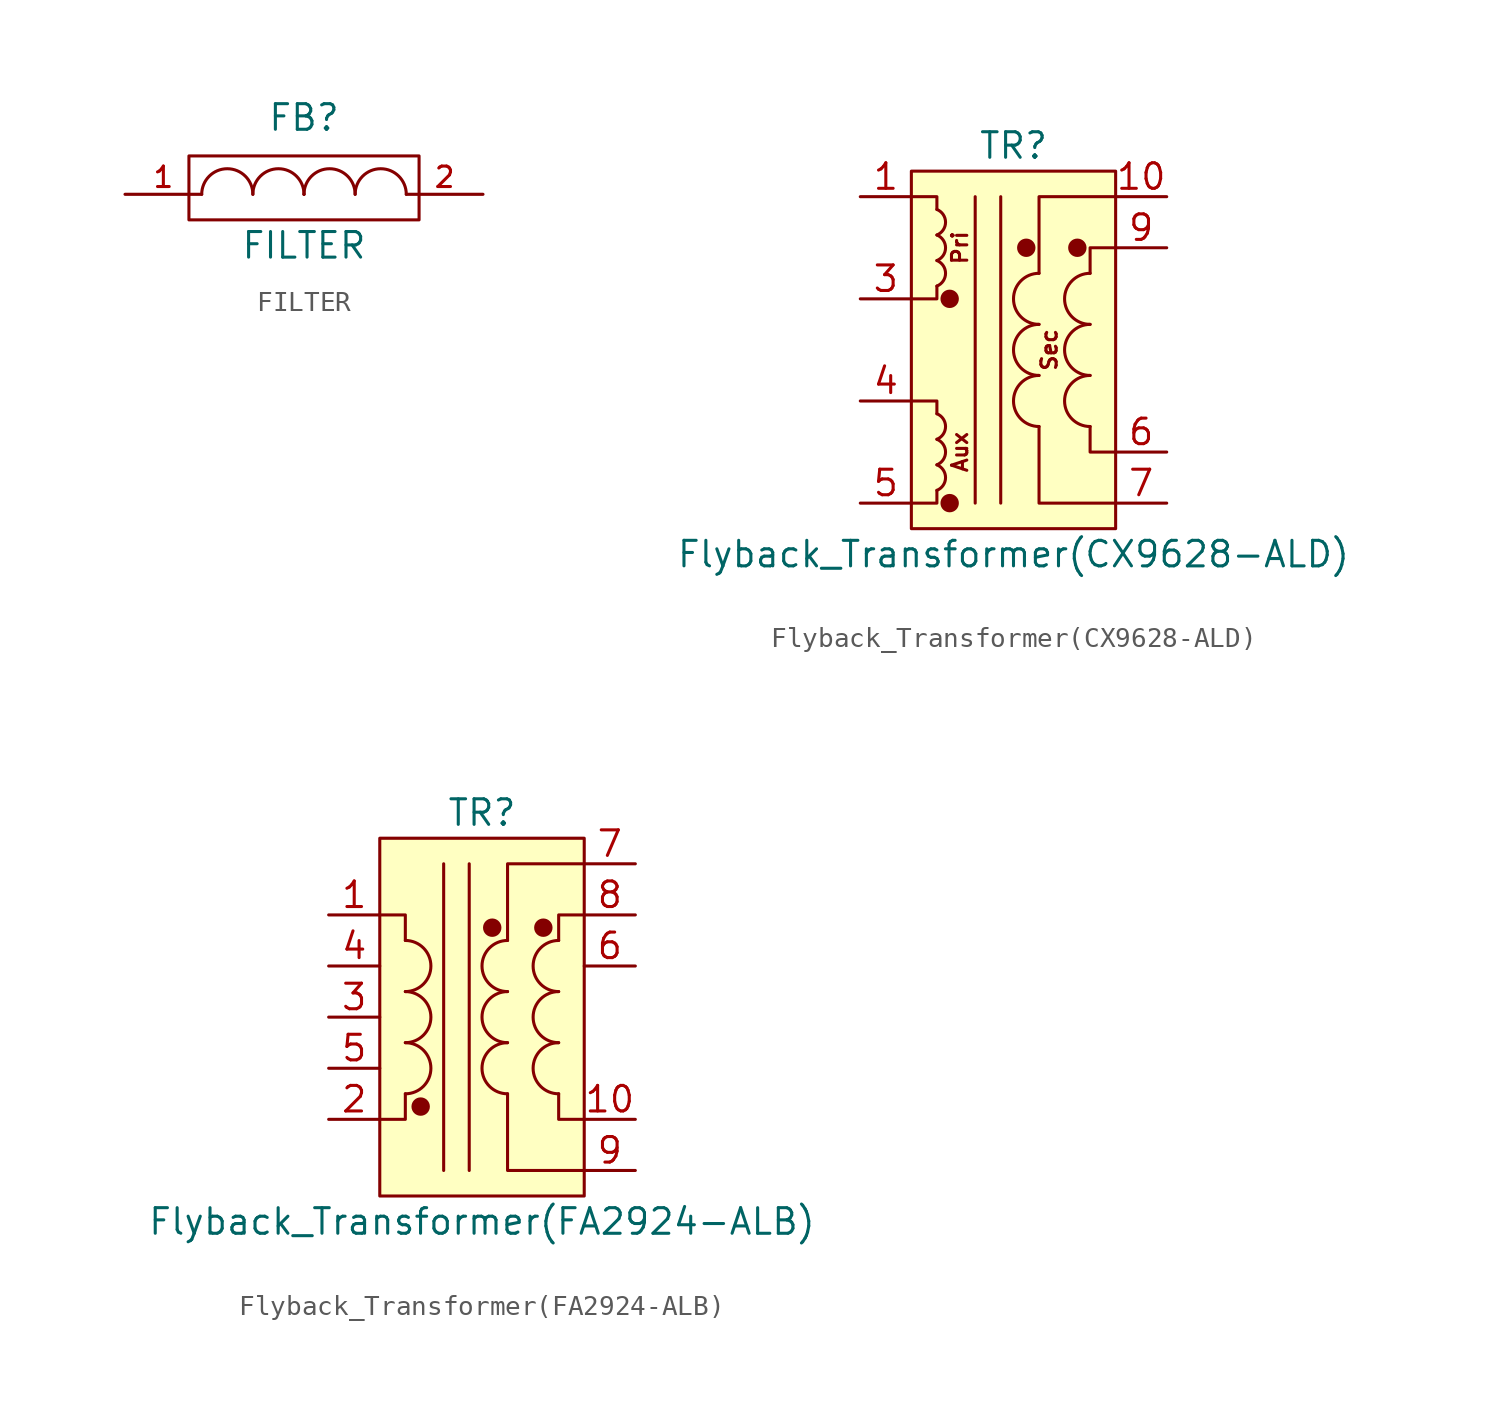
<source format=kicad_sym>
(kicad_symbol_lib
  (version 20211014)
  (generator kicad_symbol_editor)
  (symbol "FILTER"
    (pin_names
      (offset 1.016) hide)
    (property "Reference" "FB"
      (at 0 3.81 0)
      (effects (font (size 1.27 1.27))))
    (property "Value" "FILTER"
      (at 0 -2.54 0)
      (effects (font (size 1.27 1.27))))
    (property "Footprint" ""
      (at 0 0 0)
      (effects (font (size 1.524 1.524))))
    (property "Datasheet" ""
      (at 0 0 0)
      (effects (font (size 1.524 1.524))))
    (symbol "FILTER_0_1"
      (rectangle (start -5.715 1.905) (end 5.715 -1.27) (stroke (width 0) (type default) (color 0 0 0 0)) (fill (type none)))
      (arc (start -2.54 0) (mid -3.81 1.27) (end -5.08 0) (stroke (width 0) (type default) (color 0 0 0 0)) (fill (type none)))
      (arc (start 0 0) (mid -1.27 1.27) (end -2.54 0) (stroke (width 0) (type default) (color 0 0 0 0)) (fill (type none)))
      (arc (start 0 0) (mid 0 0) (end 0 0) (stroke (width 0) (type default) (color 0 0 0 0)) (fill (type none)))
      (arc (start 2.54 0) (mid 1.27 1.27) (end 0 0) (stroke (width 0) (type default) (color 0 0 0 0)) (fill (type none)))
      (arc (start 5.08 0) (mid 3.81 1.27) (end 2.54 0) (stroke (width 0) (type default) (color 0 0 0 0)) (fill (type none))))
    (symbol "FILTER_1_1"
      (pin passive line (at -8.89 0 0) (length 3.81) (name "1" (effects (font (size 1.016 1.016)))) (number "1" (effects (font (size 1.016 1.016)))))
      (pin passive line (at 8.89 0 180) (length 3.81) (name "2" (effects (font (size 1.016 1.016)))) (number "2" (effects (font (size 1.016 1.016)))))))
  (symbol "Flyback_Transformer(CX9628-ALD)"
    (pin_names
      (offset 1.016))
    (property "Reference" "TR"
      (at 0 10.16 0)
      (effects (font (size 1.27 1.27))))
    (property "Value" "Flyback_Transformer(CX9628-ALD)"
      (at 0 -10.16 0)
      (effects (font (size 1.27 1.27))))
    (symbol "Flyback_Transformer(CX9628-ALD)_0_0"
      (text "Aux" (at -2.667 -5.08 900) (effects (font (size 0.762 0.762))))
      (text "Pri" (at -2.667 5.08 900) (effects (font (size 0.762 0.762))))
      (text "Sec" (at 1.778 0 900) (effects (font (size 0.762 0.762)))))
    (symbol "Flyback_Transformer(CX9628-ALD)_0_1"
      (arc (start -3.81 -6.985) (mid -3.3801 -6.35) (end -3.81 -5.715) (stroke (width 0) (type default) (color 0 0 0 0)) (fill (type none)))
      (arc (start -3.81 -5.715) (mid -3.3801 -5.08) (end -3.81 -4.445) (stroke (width 0) (type default) (color 0 0 0 0)) (fill (type none)))
      (arc (start -3.81 -4.445) (mid -3.3801 -3.81) (end -3.81 -3.175) (stroke (width 0) (type default) (color 0 0 0 0)) (fill (type none)))
      (arc (start -3.81 3.175) (mid -3.3801 3.81) (end -3.81 4.445) (stroke (width 0) (type default) (color 0 0 0 0)) (fill (type none)))
      (arc (start -3.81 4.445) (mid -3.3801 5.08) (end -3.81 5.715) (stroke (width 0) (type default) (color 0 0 0 0)) (fill (type none)))
      (arc (start -3.81 5.715) (mid -3.3801 6.35) (end -3.81 6.985) (stroke (width 0) (type default) (color 0 0 0 0)) (fill (type none)))
      (circle (center -3.175 -7.62) (radius 0.381) (stroke (width 0) (type default) (color 0 0 0 0)) (fill (type outline)))
      (circle (center -3.175 2.54) (radius 0.381) (stroke (width 0) (type default) (color 0 0 0 0)) (fill (type outline)))
      (polyline (pts (xy -1.905 7.62) (xy -1.905 -7.62)) (stroke (width 0) (type default) (color 0 0 0 0)) (fill (type none)))
      (polyline (pts (xy -0.635 7.62) (xy -0.635 -7.62)) (stroke (width 0) (type default) (color 0 0 0 0)) (fill (type none)))
      (polyline (pts (xy -3.81 -6.985) (xy -3.81 -7.62) (xy -5.08 -7.62)) (stroke (width 0) (type default) (color 0 0 0 0)) (fill (type none)))
      (polyline (pts (xy -3.81 -3.175) (xy -3.81 -2.54) (xy -5.08 -2.54)) (stroke (width 0) (type default) (color 0 0 0 0)) (fill (type none)))
      (polyline (pts (xy -3.81 3.175) (xy -3.81 2.54) (xy -5.08 2.54)) (stroke (width 0) (type default) (color 0 0 0 0)) (fill (type none)))
      (polyline (pts (xy -3.81 6.985) (xy -3.81 7.62) (xy -5.08 7.62)) (stroke (width 0) (type default) (color 0 0 0 0)) (fill (type none)))
      (polyline (pts (xy 1.27 3.81) (xy 1.27 7.62) (xy 5.08 7.62)) (stroke (width 0) (type default) (color 0 0 0 0)) (fill (type none)))
      (polyline (pts (xy 3.81 -3.81) (xy 3.81 -5.08) (xy 5.08 -5.08)) (stroke (width 0) (type default) (color 0 0 0 0)) (fill (type none)))
      (polyline (pts (xy 5.08 -7.62) (xy 1.27 -7.62) (xy 1.27 -3.81)) (stroke (width 0) (type default) (color 0 0 0 0)) (fill (type none)))
      (polyline (pts (xy 5.08 5.08) (xy 3.81 5.08) (xy 3.81 3.81)) (stroke (width 0) (type default) (color 0 0 0 0)) (fill (type none)))
      (circle (center 0.635 5.08) (radius 0.381) (stroke (width 0) (type default) (color 0 0 0 0)) (fill (type outline)))
      (arc (start 1.27 -1.27) (mid 0 -2.54) (end 1.27 -3.81) (stroke (width 0) (type default) (color 0 0 0 0)) (fill (type none)))
      (arc (start 1.27 1.27) (mid 0 0) (end 1.27 -1.27) (stroke (width 0) (type default) (color 0 0 0 0)) (fill (type none)))
      (arc (start 1.27 3.81) (mid 0 2.54) (end 1.27 1.27) (stroke (width 0) (type default) (color 0 0 0 0)) (fill (type none)))
      (circle (center 3.175 5.08) (radius 0.381) (stroke (width 0) (type default) (color 0 0 0 0)) (fill (type outline)))
      (arc (start 3.81 -1.27) (mid 2.54 -2.54) (end 3.81 -3.81) (stroke (width 0) (type default) (color 0 0 0 0)) (fill (type none)))
      (arc (start 3.81 1.27) (mid 2.54 0) (end 3.81 -1.27) (stroke (width 0) (type default) (color 0 0 0 0)) (fill (type none)))
      (arc (start 3.81 3.81) (mid 2.54 2.54) (end 3.81 1.27) (stroke (width 0) (type default) (color 0 0 0 0)) (fill (type none)))
      (rectangle (start 5.08 -8.89) (end -5.08 8.89) (stroke (width 0) (type default) (color 0 0 0 0)) (fill (type background))))
    (symbol "Flyback_Transformer(CX9628-ALD)_1_1"
      (pin passive line (at -7.62 7.62 0) (length 2.54) (name "~" (effects (font (size 1.27 1.27)))) (number "1" (effects (font (size 1.27 1.27)))))
      (pin passive line (at 7.62 7.62 180) (length 2.54) (name "~" (effects (font (size 1.27 1.27)))) (number "10" (effects (font (size 1.27 1.27)))))
      (pin passive line (at -7.62 2.54 0) (length 2.54) (name "~" (effects (font (size 1.27 1.27)))) (number "3" (effects (font (size 1.27 1.27)))))
      (pin passive line (at -7.62 -2.54 0) (length 2.54) (name "~" (effects (font (size 1.27 1.27)))) (number "4" (effects (font (size 1.27 1.27)))))
      (pin passive line (at -7.62 -7.62 0) (length 2.54) (name "~" (effects (font (size 1.27 1.27)))) (number "5" (effects (font (size 1.27 1.27)))))
      (pin passive line (at 7.62 -5.08 180) (length 2.54) (name "~" (effects (font (size 1.27 1.27)))) (number "6" (effects (font (size 1.27 1.27)))))
      (pin passive line (at 7.62 -7.62 180) (length 2.54) (name "~" (effects (font (size 1.27 1.27)))) (number "7" (effects (font (size 1.27 1.27)))))
      (pin passive line (at 7.62 5.08 180) (length 2.54) (name "~" (effects (font (size 1.27 1.27)))) (number "9" (effects (font (size 1.27 1.27)))))))
  (symbol "Flyback_Transformer(FA2924-ALB)"
    (pin_names
      (offset 1.016))
    (property "Reference" "TR"
      (at 0 10.16 0)
      (effects (font (size 1.27 1.27))))
    (property "Value" "Flyback_Transformer(FA2924-ALB)"
      (at 0 -10.16 0)
      (effects (font (size 1.27 1.27))))
    (symbol "Flyback_Transformer(FA2924-ALB)_0_1"
      (arc (start -3.81 -3.81) (mid -2.54 -2.54) (end -3.81 -1.27) (stroke (width 0) (type default) (color 0 0 0 0)) (fill (type none)))
      (arc (start -3.81 -1.27) (mid -2.54 0) (end -3.81 1.27) (stroke (width 0) (type default) (color 0 0 0 0)) (fill (type none)))
      (arc (start -3.81 1.27) (mid -2.54 2.54) (end -3.81 3.81) (stroke (width 0) (type default) (color 0 0 0 0)) (fill (type none)))
      (circle (center -3.048 -4.445) (radius 0.381) (stroke (width 0) (type default) (color 0 0 0 0)) (fill (type outline)))
      (polyline (pts (xy -1.905 7.62) (xy -1.905 -7.62)) (stroke (width 0) (type default) (color 0 0 0 0)) (fill (type none)))
      (polyline (pts (xy -0.635 7.62) (xy -0.635 -7.62)) (stroke (width 0) (type default) (color 0 0 0 0)) (fill (type none)))
      (polyline (pts (xy -3.81 -3.81) (xy -3.81 -5.08) (xy -5.08 -5.08)) (stroke (width 0) (type default) (color 0 0 0 0)) (fill (type none)))
      (polyline (pts (xy -3.81 3.81) (xy -3.81 5.08) (xy -5.08 5.08)) (stroke (width 0) (type default) (color 0 0 0 0)) (fill (type none)))
      (polyline (pts (xy 1.27 3.81) (xy 1.27 7.62) (xy 5.08 7.62)) (stroke (width 0) (type default) (color 0 0 0 0)) (fill (type none)))
      (polyline (pts (xy 3.81 -3.81) (xy 3.81 -5.08) (xy 5.08 -5.08)) (stroke (width 0) (type default) (color 0 0 0 0)) (fill (type none)))
      (polyline (pts (xy 5.08 -7.62) (xy 1.27 -7.62) (xy 1.27 -3.81)) (stroke (width 0) (type default) (color 0 0 0 0)) (fill (type none)))
      (polyline (pts (xy 5.08 5.08) (xy 3.81 5.08) (xy 3.81 3.81)) (stroke (width 0) (type default) (color 0 0 0 0)) (fill (type none)))
      (circle (center 0.508 4.445) (radius 0.381) (stroke (width 0) (type default) (color 0 0 0 0)) (fill (type outline)))
      (arc (start 1.27 -1.27) (mid 0 -2.54) (end 1.27 -3.81) (stroke (width 0) (type default) (color 0 0 0 0)) (fill (type none)))
      (arc (start 1.27 1.27) (mid 0 0) (end 1.27 -1.27) (stroke (width 0) (type default) (color 0 0 0 0)) (fill (type none)))
      (arc (start 1.27 3.81) (mid 0 2.54) (end 1.27 1.27) (stroke (width 0) (type default) (color 0 0 0 0)) (fill (type none)))
      (circle (center 3.048 4.445) (radius 0.381) (stroke (width 0) (type default) (color 0 0 0 0)) (fill (type outline)))
      (arc (start 3.81 -1.27) (mid 2.54 -2.54) (end 3.81 -3.81) (stroke (width 0) (type default) (color 0 0 0 0)) (fill (type none)))
      (arc (start 3.81 1.27) (mid 2.54 0) (end 3.81 -1.27) (stroke (width 0) (type default) (color 0 0 0 0)) (fill (type none)))
      (arc (start 3.81 3.81) (mid 2.54 2.54) (end 3.81 1.27) (stroke (width 0) (type default) (color 0 0 0 0)) (fill (type none)))
      (rectangle (start 5.08 -8.89) (end -5.08 8.89) (stroke (width 0) (type default) (color 0 0 0 0)) (fill (type background))))
    (symbol "Flyback_Transformer(FA2924-ALB)_1_1"
      (pin passive line (at -7.62 5.08 0) (length 2.54) (name "~" (effects (font (size 1.27 1.27)))) (number "1" (effects (font (size 1.27 1.27)))))
      (pin passive line (at 7.62 -5.08 180) (length 2.54) (name "~" (effects (font (size 1.27 1.27)))) (number "10" (effects (font (size 1.27 1.27)))))
      (pin passive line (at -7.62 -5.08 0) (length 2.54) (name "~" (effects (font (size 1.27 1.27)))) (number "2" (effects (font (size 1.27 1.27)))))
      (pin passive line (at -7.62 0 0) (length 2.54) (name "~" (effects (font (size 1.27 1.27)))) (number "3" (effects (font (size 1.27 1.27)))))
      (pin passive line (at -7.62 2.54 0) (length 2.54) (name "~" (effects (font (size 1.27 1.27)))) (number "4" (effects (font (size 1.27 1.27)))))
      (pin passive line (at -7.62 -2.54 0) (length 2.54) (name "~" (effects (font (size 1.27 1.27)))) (number "5" (effects (font (size 1.27 1.27)))))
      (pin passive line (at 7.62 2.54 180) (length 2.54) (name "~" (effects (font (size 1.27 1.27)))) (number "6" (effects (font (size 1.27 1.27)))))
      (pin passive line (at 7.62 7.62 180) (length 2.54) (name "~" (effects (font (size 1.27 1.27)))) (number "7" (effects (font (size 1.27 1.27)))))
      (pin passive line (at 7.62 5.08 180) (length 2.54) (name "~" (effects (font (size 1.27 1.27)))) (number "8" (effects (font (size 1.27 1.27)))))
      (pin passive line (at 7.62 -7.62 180) (length 2.54) (name "~" (effects (font (size 1.27 1.27)))) (number "9" (effects (font (size 1.27 1.27))))))))
</source>
